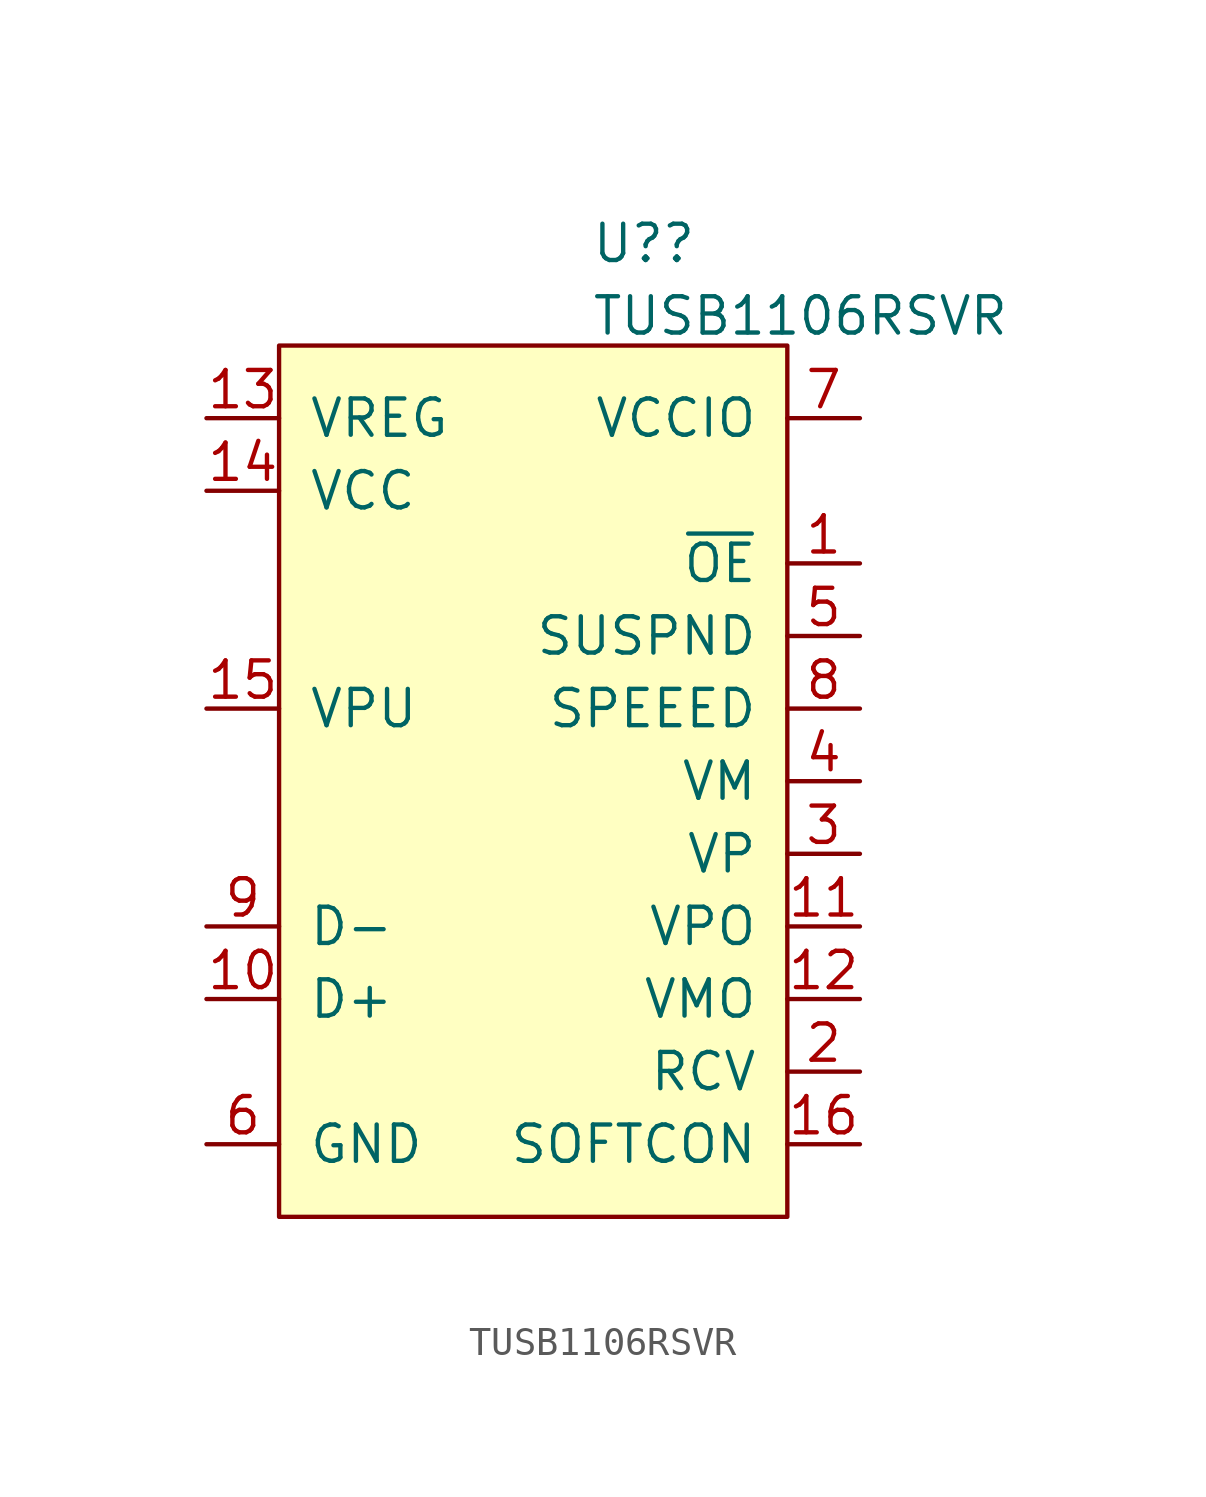
<source format=kicad_sym>
(kicad_symbol_lib
  (version 20211014)
  (generator kicad_symbol_editor)
  (symbol "TUSB1106RSVR"
    (pin_names
      (offset 1.016))
    (property "Reference" "U?"
      (at 2.019 20.083 0)
      (effects (font (size 1.27 1.27)) (justify left)))
    (property "Value" "TUSB1106RSVR"
      (at 2.019 17.546 0)
      (effects (font (size 1.27 1.27)) (justify left)))
    (symbol "TUSB1106RSVR_0_1"
      (rectangle (start -8.89 16.51) (end 8.89 -13.97) (stroke (width 0) (type default) (color 0 0 0 0)) (fill (type background))))
    (symbol "TUSB1106RSVR_1_1"
      (pin input line (at 11.43 8.89 180) (length 2.54) (name "~{OE}" (effects (font (size 1.27 1.27)))) (number "1" (effects (font (size 1.27 1.27)))))
      (pin bidirectional line (at -11.43 -6.35 0) (length 2.54) (name "D+" (effects (font (size 1.27 1.27)))) (number "10" (effects (font (size 1.27 1.27)))))
      (pin input line (at 11.43 -3.81 180) (length 2.54) (name "VPO" (effects (font (size 1.27 1.27)))) (number "11" (effects (font (size 1.27 1.27)))))
      (pin input line (at 11.43 -6.35 180) (length 2.54) (name "VMO" (effects (font (size 1.27 1.27)))) (number "12" (effects (font (size 1.27 1.27)))))
      (pin power_out line (at -11.43 13.97 0) (length 2.54) (name "VREG" (effects (font (size 1.27 1.27)))) (number "13" (effects (font (size 1.27 1.27)))))
      (pin power_in line (at -11.43 11.43 0) (length 2.54) (name "VCC" (effects (font (size 1.27 1.27)))) (number "14" (effects (font (size 1.27 1.27)))))
      (pin input line (at -11.43 3.81 0) (length 2.54) (name "VPU" (effects (font (size 1.27 1.27)))) (number "15" (effects (font (size 1.27 1.27)))))
      (pin input line (at 11.43 -11.43 180) (length 2.54) (name "SOFTCON" (effects (font (size 1.27 1.27)))) (number "16" (effects (font (size 1.27 1.27)))))
      (pin output line (at 11.43 -8.89 180) (length 2.54) (name "RCV" (effects (font (size 1.27 1.27)))) (number "2" (effects (font (size 1.27 1.27)))))
      (pin output line (at 11.43 -1.27 180) (length 2.54) (name "VP" (effects (font (size 1.27 1.27)))) (number "3" (effects (font (size 1.27 1.27)))))
      (pin output line (at 11.43 1.27 180) (length 2.54) (name "VM" (effects (font (size 1.27 1.27)))) (number "4" (effects (font (size 1.27 1.27)))))
      (pin input line (at 11.43 6.35 180) (length 2.54) (name "SUSPND" (effects (font (size 1.27 1.27)))) (number "5" (effects (font (size 1.27 1.27)))))
      (pin power_in line (at -11.43 -11.43 0) (length 2.54) (name "GND" (effects (font (size 1.27 1.27)))) (number "6" (effects (font (size 1.27 1.27)))))
      (pin power_in line (at 11.43 13.97 180) (length 2.54) (name "VCCIO" (effects (font (size 1.27 1.27)))) (number "7" (effects (font (size 1.27 1.27)))))
      (pin input line (at 11.43 3.81 180) (length 2.54) (name "SPEEED" (effects (font (size 1.27 1.27)))) (number "8" (effects (font (size 1.27 1.27)))))
      (pin bidirectional line (at -11.43 -3.81 0) (length 2.54) (name "D-" (effects (font (size 1.27 1.27)))) (number "9" (effects (font (size 1.27 1.27))))))))
</source>
